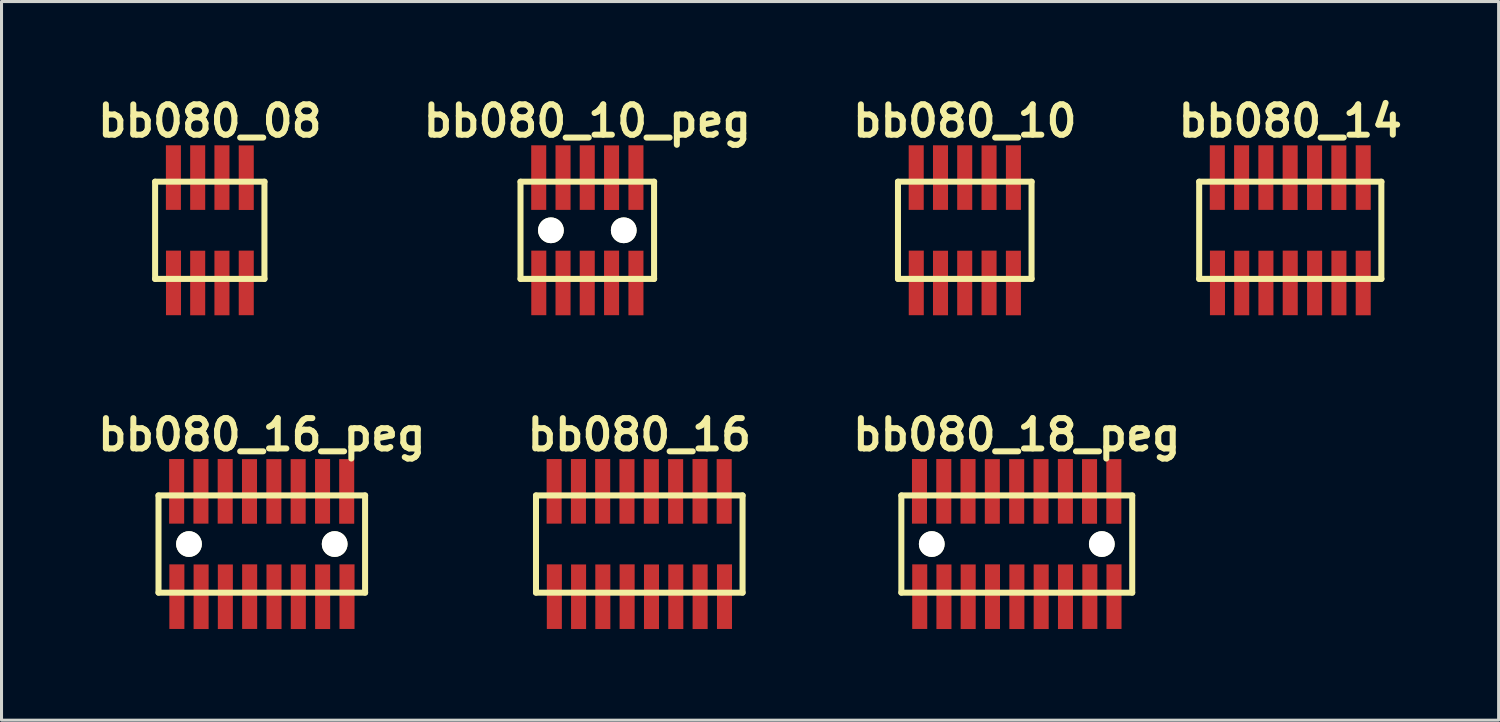
<source format=kicad_pcb>
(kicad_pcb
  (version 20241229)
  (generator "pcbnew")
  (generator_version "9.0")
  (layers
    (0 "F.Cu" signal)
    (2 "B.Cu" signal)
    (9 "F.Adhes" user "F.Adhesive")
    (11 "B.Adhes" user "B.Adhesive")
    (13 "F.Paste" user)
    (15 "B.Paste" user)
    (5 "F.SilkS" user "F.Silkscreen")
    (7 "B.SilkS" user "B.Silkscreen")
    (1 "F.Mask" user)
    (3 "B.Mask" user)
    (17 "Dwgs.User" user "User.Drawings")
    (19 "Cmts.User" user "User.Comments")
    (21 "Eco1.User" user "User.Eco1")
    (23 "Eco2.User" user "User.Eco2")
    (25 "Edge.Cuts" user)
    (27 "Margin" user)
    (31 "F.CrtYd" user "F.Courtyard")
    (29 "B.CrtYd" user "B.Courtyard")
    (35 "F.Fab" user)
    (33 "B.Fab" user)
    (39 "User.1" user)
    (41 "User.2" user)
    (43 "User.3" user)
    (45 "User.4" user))
  (footprint "bb080_08"
    (layer "F.Cu")
    (at 3.857 4.531)
    (property "Reference" "bb080_08" (at 0 -3.599 0) (layer "F.SilkS") (effects (font (size 0.998 0.998) (thickness 0.198))))
    (attr smd)
    (fp_line (start -1.801 -1.6) (end -1.801 1.6) (stroke (width 0.198) (type solid)) (layer "F.SilkS"))
    (fp_line (start -1.801 -1.6) (end 1.801 -1.6) (stroke (width 0.198) (type solid)) (layer "F.SilkS"))
    (fp_line (start -1.801 1.6) (end 1.801 1.6) (stroke (width 0.198) (type solid)) (layer "F.SilkS"))
    (fp_line (start 1.798 1.6) (end 1.798 -1.6) (stroke (width 0.198) (type solid)) (layer "F.SilkS"))
    (pad "1" smd rect (at -1.196 1.732) (size 0.495 2.126) (layers "F.Cu" "F.Mask" "F.Paste"))
    (pad "2" smd rect (at -1.199 -1.735) (size 0.495 2.126) (layers "F.Cu" "F.Mask" "F.Paste"))
    (pad "3" smd rect (at -0.399 1.735) (size 0.495 2.126) (layers "F.Cu" "F.Mask" "F.Paste"))
    (pad "4" smd rect (at -0.399 -1.735) (size 0.495 2.126) (layers "F.Cu" "F.Mask" "F.Paste"))
    (pad "5" smd rect (at 0.399 1.735) (size 0.495 2.126) (layers "F.Cu" "F.Mask" "F.Paste"))
    (pad "6" smd rect (at 0.399 -1.735) (size 0.495 2.126) (layers "F.Cu" "F.Mask" "F.Paste"))
    (pad "7" smd rect (at 1.199 1.732) (size 0.495 2.126) (layers "F.Cu" "F.Mask" "F.Paste"))
    (pad "8" smd rect (at 1.199 -1.732) (size 0.495 2.126) (layers "F.Cu" "F.Mask" "F.Paste")))
  (footprint "bb080_14"
    (layer "F.Cu")
    (at 39.425 4.531)
    (property "Reference" "bb080_14" (at 0 -3.599 0) (layer "F.SilkS") (effects (font (size 0.998 0.998) (thickness 0.198))))
    (attr smd)
    (fp_line (start -3 -1.6) (end -3 1.6) (stroke (width 0.198) (type solid)) (layer "F.SilkS"))
    (fp_line (start -3 1.6) (end 3 1.6) (stroke (width 0.198) (type solid)) (layer "F.SilkS"))
    (fp_line (start 2.997 1.6) (end 2.997 -1.6) (stroke (width 0.198) (type solid)) (layer "F.SilkS"))
    (fp_line (start 3 -1.6) (end -3 -1.6) (stroke (width 0.198) (type solid)) (layer "F.SilkS"))
    (pad "1" smd rect (at -2.398 1.732) (size 0.495 2.126) (layers "F.Cu" "F.Mask" "F.Paste"))
    (pad "2" smd rect (at -2.403 -1.735) (size 0.495 2.126) (layers "F.Cu" "F.Mask" "F.Paste"))
    (pad "3" smd rect (at -1.6 1.735) (size 0.495 2.126) (layers "F.Cu" "F.Mask" "F.Paste"))
    (pad "4" smd rect (at -1.603 -1.735) (size 0.495 2.126) (layers "F.Cu" "F.Mask" "F.Paste"))
    (pad "5" smd rect (at -0.803 1.735) (size 0.495 2.126) (layers "F.Cu" "F.Mask" "F.Paste"))
    (pad "6" smd rect (at -0.805 -1.735) (size 0.495 2.126) (layers "F.Cu" "F.Mask" "F.Paste"))
    (pad "7" smd rect (at -0.003 1.732) (size 0.495 2.126) (layers "F.Cu" "F.Mask" "F.Paste"))
    (pad "8" smd rect (at -0.005 -1.732) (size 0.495 2.126) (layers "F.Cu" "F.Mask" "F.Paste"))
    (pad "9" smd rect (at 0.8 1.735) (size 0.495 2.126) (layers "F.Cu" "F.Mask" "F.Paste"))
    (pad "10" smd rect (at 0.798 -1.732) (size 0.495 2.126) (layers "F.Cu" "F.Mask" "F.Paste"))
    (pad "11" smd rect (at 1.6 1.735) (size 0.495 2.126) (layers "F.Cu" "F.Mask" "F.Paste"))
    (pad "12" smd rect (at 1.598 -1.732) (size 0.495 2.126) (layers "F.Cu" "F.Mask" "F.Paste"))
    (pad "13" smd rect (at 2.4 1.735) (size 0.495 2.126) (layers "F.Cu" "F.Mask" "F.Paste"))
    (pad "14" smd rect (at 2.4 -1.735) (size 0.495 2.126) (layers "F.Cu" "F.Mask" "F.Paste")))
  (footprint "bb080_18_peg"
    (layer "F.Cu")
    (at 30.421 14.859)
    (property "Reference" "bb080_18_peg" (at 0 -3.599 0) (layer "F.SilkS") (effects (font (size 0.998 0.998) (thickness 0.198))))
    (attr smd)
    (fp_line (start -3.8 -1.6) (end -3.8 1.6) (stroke (width 0.198) (type solid)) (layer "F.SilkS"))
    (fp_line (start -3.8 1.6) (end 3.8 1.6) (stroke (width 0.198) (type solid)) (layer "F.SilkS"))
    (fp_line (start 3.8 -1.6) (end -3.8 -1.6) (stroke (width 0.198) (type solid)) (layer "F.SilkS"))
    (fp_line (start 3.8 1.6) (end 3.8 -1.6) (stroke (width 0.198) (type solid)) (layer "F.SilkS"))
    (pad "" np_thru_hole circle (at -2.799 0) (size 0.848 0.848) (drill 0.848) (layers "*.Cu" "*.Mask" "F.SilkS"))
    (pad "" np_thru_hole circle (at 2.799 0) (size 0.848 0.848) (drill 0.848) (layers "*.Cu" "*.Mask" "F.SilkS"))
    (pad "1" smd rect (at -3.195 1.732) (size 0.495 2.126) (layers "F.Cu" "F.Mask" "F.Paste"))
    (pad "2" smd rect (at -3.203 -1.735) (size 0.495 2.126) (layers "F.Cu" "F.Mask" "F.Paste"))
    (pad "3" smd rect (at -2.398 1.735) (size 0.495 2.126) (layers "F.Cu" "F.Mask" "F.Paste"))
    (pad "4" smd rect (at -2.403 -1.735) (size 0.495 2.126) (layers "F.Cu" "F.Mask" "F.Paste"))
    (pad "5" smd rect (at -1.6 1.735) (size 0.495 2.126) (layers "F.Cu" "F.Mask" "F.Paste"))
    (pad "6" smd rect (at -1.605 -1.735) (size 0.495 2.126) (layers "F.Cu" "F.Mask" "F.Paste"))
    (pad "7" smd rect (at -0.8 1.732) (size 0.495 2.126) (layers "F.Cu" "F.Mask" "F.Paste"))
    (pad "8" smd rect (at -0.805 -1.732) (size 0.495 2.126) (layers "F.Cu" "F.Mask" "F.Paste"))
    (pad "9" smd rect (at 0.003 1.735) (size 0.495 2.126) (layers "F.Cu" "F.Mask" "F.Paste"))
    (pad "10" smd rect (at -0.003 -1.732) (size 0.495 2.126) (layers "F.Cu" "F.Mask" "F.Paste"))
    (pad "11" smd rect (at 0.803 1.735) (size 0.495 2.126) (layers "F.Cu" "F.Mask" "F.Paste"))
    (pad "12" smd rect (at 0.798 -1.732) (size 0.495 2.126) (layers "F.Cu" "F.Mask" "F.Paste"))
    (pad "13" smd rect (at 1.603 1.735) (size 0.495 2.126) (layers "F.Cu" "F.Mask" "F.Paste"))
    (pad "14" smd rect (at 1.6 -1.735) (size 0.495 2.126) (layers "F.Cu" "F.Mask" "F.Paste"))
    (pad "15" smd rect (at 2.405 1.732) (size 0.495 2.126) (layers "F.Cu" "F.Mask" "F.Paste"))
    (pad "16" smd rect (at 2.395 -1.732) (size 0.495 2.126) (layers "F.Cu" "F.Mask" "F.Paste"))
    (pad "17" smd rect (at 3.2 1.732) (size 0.495 2.126) (layers "F.Cu" "F.Mask" "F.Paste"))
    (pad "18" smd rect (at 3.195 -1.732) (size 0.495 2.126) (layers "F.Cu" "F.Mask" "F.Paste")))
  (footprint "bb080_16_peg"
    (layer "F.Cu")
    (at 5.569 14.859)
    (property "Reference" "bb080_16_peg" (at 0 -3.599 0) (layer "F.SilkS") (effects (font (size 0.998 0.998) (thickness 0.198))))
    (attr smd)
    (fp_line (start -3.401 -1.6) (end -3.401 1.6) (stroke (width 0.198) (type solid)) (layer "F.SilkS"))
    (fp_line (start -3.401 1.6) (end 3.401 1.6) (stroke (width 0.198) (type solid)) (layer "F.SilkS"))
    (fp_line (start 3.399 1.6) (end 3.399 -1.6) (stroke (width 0.198) (type solid)) (layer "F.SilkS"))
    (fp_line (start 3.401 -1.6) (end -3.401 -1.6) (stroke (width 0.198) (type solid)) (layer "F.SilkS"))
    (pad "" np_thru_hole circle (at -2.398 0) (size 0.848 0.848) (drill 0.848) (layers "*.Cu" "*.Mask" "F.SilkS"))
    (pad "" np_thru_hole circle (at 2.398 0) (size 0.848 0.848) (drill 0.848) (layers "*.Cu" "*.Mask" "F.SilkS"))
    (pad "1" smd rect (at -2.797 1.732) (size 0.495 2.126) (layers "F.Cu" "F.Mask" "F.Paste"))
    (pad "2" smd rect (at -2.804 -1.735) (size 0.495 2.126) (layers "F.Cu" "F.Mask" "F.Paste"))
    (pad "3" smd rect (at -1.999 1.735) (size 0.495 2.126) (layers "F.Cu" "F.Mask" "F.Paste"))
    (pad "4" smd rect (at -2.004 -1.735) (size 0.495 2.126) (layers "F.Cu" "F.Mask" "F.Paste"))
    (pad "5" smd rect (at -1.201 1.735) (size 0.495 2.126) (layers "F.Cu" "F.Mask" "F.Paste"))
    (pad "6" smd rect (at -1.206 -1.735) (size 0.495 2.126) (layers "F.Cu" "F.Mask" "F.Paste"))
    (pad "7" smd rect (at -0.401 1.732) (size 0.495 2.126) (layers "F.Cu" "F.Mask" "F.Paste"))
    (pad "8" smd rect (at -0.406 -1.732) (size 0.495 2.126) (layers "F.Cu" "F.Mask" "F.Paste"))
    (pad "9" smd rect (at 0.401 1.735) (size 0.495 2.126) (layers "F.Cu" "F.Mask" "F.Paste"))
    (pad "10" smd rect (at 0.396 -1.732) (size 0.495 2.126) (layers "F.Cu" "F.Mask" "F.Paste"))
    (pad "11" smd rect (at 1.201 1.735) (size 0.495 2.126) (layers "F.Cu" "F.Mask" "F.Paste"))
    (pad "12" smd rect (at 1.196 -1.732) (size 0.495 2.126) (layers "F.Cu" "F.Mask" "F.Paste"))
    (pad "13" smd rect (at 2.002 1.735) (size 0.495 2.126) (layers "F.Cu" "F.Mask" "F.Paste"))
    (pad "14" smd rect (at 1.999 -1.735) (size 0.495 2.126) (layers "F.Cu" "F.Mask" "F.Paste"))
    (pad "15" smd rect (at 2.804 1.732) (size 0.495 2.126) (layers "F.Cu" "F.Mask" "F.Paste"))
    (pad "16" smd rect (at 2.794 -1.732) (size 0.495 2.126) (layers "F.Cu" "F.Mask" "F.Paste")))
  (footprint "bb080_10_peg"
    (layer "F.Cu")
    (at 16.284 4.531)
    (property "Reference" "bb080_10_peg" (at 0 -3.599 0) (layer "F.SilkS") (effects (font (size 0.998 0.998) (thickness 0.198))))
    (attr smd)
    (fp_line (start -2.2 -1.6) (end -2.2 1.6) (stroke (width 0.198) (type solid)) (layer "F.SilkS"))
    (fp_line (start -2.2 -1.6) (end 2.2 -1.6) (stroke (width 0.198) (type solid)) (layer "F.SilkS"))
    (fp_line (start 2.197 1.6) (end 2.197 -1.6) (stroke (width 0.198) (type solid)) (layer "F.SilkS"))
    (fp_line (start 2.2 1.6) (end -2.2 1.6) (stroke (width 0.198) (type solid)) (layer "F.SilkS"))
    (pad "" np_thru_hole circle (at -1.199 0) (size 0.848 0.848) (drill 0.848) (layers "*.Cu" "*.Mask" "F.SilkS"))
    (pad "" np_thru_hole circle (at 1.199 0) (size 0.848 0.848) (drill 0.848) (layers "*.Cu" "*.Mask" "F.SilkS"))
    (pad "1" smd rect (at -1.598 1.732) (size 0.495 2.126) (layers "F.Cu" "F.Mask" "F.Paste"))
    (pad "2" smd rect (at -1.6 -1.735) (size 0.495 2.126) (layers "F.Cu" "F.Mask" "F.Paste"))
    (pad "3" smd rect (at -0.8 1.735) (size 0.495 2.126) (layers "F.Cu" "F.Mask" "F.Paste"))
    (pad "4" smd rect (at -0.8 -1.735) (size 0.495 2.126) (layers "F.Cu" "F.Mask" "F.Paste"))
    (pad "5" smd rect (at -0.003 1.735) (size 0.495 2.126) (layers "F.Cu" "F.Mask" "F.Paste"))
    (pad "6" smd rect (at -0.003 -1.735) (size 0.495 2.126) (layers "F.Cu" "F.Mask" "F.Paste"))
    (pad "7" smd rect (at 0.798 1.732) (size 0.495 2.126) (layers "F.Cu" "F.Mask" "F.Paste"))
    (pad "8" smd rect (at 0.798 -1.732) (size 0.495 2.126) (layers "F.Cu" "F.Mask" "F.Paste"))
    (pad "9" smd rect (at 1.6 1.735) (size 0.495 2.126) (layers "F.Cu" "F.Mask" "F.Paste"))
    (pad "10" smd rect (at 1.6 -1.735) (size 0.495 2.126) (layers "F.Cu" "F.Mask" "F.Paste")))
  (footprint "bb080_16"
    (layer "F.Cu")
    (at 17.995 14.859)
    (property "Reference" "bb080_16" (at 0 -3.599 0) (layer "F.SilkS") (effects (font (size 0.998 0.998) (thickness 0.198))))
    (attr smd)
    (fp_line (start -3.401 -1.6) (end -3.401 1.6) (stroke (width 0.198) (type solid)) (layer "F.SilkS"))
    (fp_line (start -3.401 1.6) (end 3.401 1.6) (stroke (width 0.198) (type solid)) (layer "F.SilkS"))
    (fp_line (start 3.399 1.6) (end 3.399 -1.6) (stroke (width 0.198) (type solid)) (layer "F.SilkS"))
    (fp_line (start 3.401 -1.6) (end -3.401 -1.6) (stroke (width 0.198) (type solid)) (layer "F.SilkS"))
    (pad "1" smd rect (at -2.797 1.732) (size 0.495 2.126) (layers "F.Cu" "F.Mask" "F.Paste"))
    (pad "2" smd rect (at -2.804 -1.735) (size 0.495 2.126) (layers "F.Cu" "F.Mask" "F.Paste"))
    (pad "3" smd rect (at -1.999 1.735) (size 0.495 2.126) (layers "F.Cu" "F.Mask" "F.Paste"))
    (pad "4" smd rect (at -2.004 -1.735) (size 0.495 2.126) (layers "F.Cu" "F.Mask" "F.Paste"))
    (pad "5" smd rect (at -1.201 1.735) (size 0.495 2.126) (layers "F.Cu" "F.Mask" "F.Paste"))
    (pad "6" smd rect (at -1.206 -1.735) (size 0.495 2.126) (layers "F.Cu" "F.Mask" "F.Paste"))
    (pad "7" smd rect (at -0.401 1.732) (size 0.495 2.126) (layers "F.Cu" "F.Mask" "F.Paste"))
    (pad "8" smd rect (at -0.406 -1.732) (size 0.495 2.126) (layers "F.Cu" "F.Mask" "F.Paste"))
    (pad "9" smd rect (at 0.401 1.735) (size 0.495 2.126) (layers "F.Cu" "F.Mask" "F.Paste"))
    (pad "10" smd rect (at 0.396 -1.732) (size 0.495 2.126) (layers "F.Cu" "F.Mask" "F.Paste"))
    (pad "11" smd rect (at 1.201 1.735) (size 0.495 2.126) (layers "F.Cu" "F.Mask" "F.Paste"))
    (pad "12" smd rect (at 1.196 -1.732) (size 0.495 2.126) (layers "F.Cu" "F.Mask" "F.Paste"))
    (pad "13" smd rect (at 2.002 1.735) (size 0.495 2.126) (layers "F.Cu" "F.Mask" "F.Paste"))
    (pad "14" smd rect (at 1.999 -1.735) (size 0.495 2.126) (layers "F.Cu" "F.Mask" "F.Paste"))
    (pad "15" smd rect (at 2.804 1.732) (size 0.495 2.126) (layers "F.Cu" "F.Mask" "F.Paste"))
    (pad "16" smd rect (at 2.794 -1.732) (size 0.495 2.126) (layers "F.Cu" "F.Mask" "F.Paste")))
  (footprint "bb080_10"
    (layer "F.Cu")
    (at 28.71 4.531)
    (property "Reference" "bb080_10" (at 0 -3.599 0) (layer "F.SilkS") (effects (font (size 0.998 0.998) (thickness 0.198))))
    (attr smd)
    (fp_line (start -2.2 -1.6) (end -2.2 1.6) (stroke (width 0.198) (type solid)) (layer "F.SilkS"))
    (fp_line (start -2.2 -1.6) (end 2.2 -1.6) (stroke (width 0.198) (type solid)) (layer "F.SilkS"))
    (fp_line (start 2.197 1.6) (end 2.197 -1.6) (stroke (width 0.198) (type solid)) (layer "F.SilkS"))
    (fp_line (start 2.2 1.6) (end -2.2 1.6) (stroke (width 0.198) (type solid)) (layer "F.SilkS"))
    (pad "1" smd rect (at -1.598 1.732) (size 0.495 2.126) (layers "F.Cu" "F.Mask" "F.Paste"))
    (pad "2" smd rect (at -1.6 -1.735) (size 0.495 2.126) (layers "F.Cu" "F.Mask" "F.Paste"))
    (pad "3" smd rect (at -0.8 1.735) (size 0.495 2.126) (layers "F.Cu" "F.Mask" "F.Paste"))
    (pad "4" smd rect (at -0.8 -1.735) (size 0.495 2.126) (layers "F.Cu" "F.Mask" "F.Paste"))
    (pad "5" smd rect (at -0.003 1.735) (size 0.495 2.126) (layers "F.Cu" "F.Mask" "F.Paste"))
    (pad "6" smd rect (at -0.003 -1.735) (size 0.495 2.126) (layers "F.Cu" "F.Mask" "F.Paste"))
    (pad "7" smd rect (at 0.798 1.732) (size 0.495 2.126) (layers "F.Cu" "F.Mask" "F.Paste"))
    (pad "8" smd rect (at 0.798 -1.732) (size 0.495 2.126) (layers "F.Cu" "F.Mask" "F.Paste"))
    (pad "9" smd rect (at 1.6 1.735) (size 0.495 2.126) (layers "F.Cu" "F.Mask" "F.Paste"))
    (pad "10" smd rect (at 1.6 -1.735) (size 0.495 2.126) (layers "F.Cu" "F.Mask" "F.Paste")))
  (gr_rect
    (start -3 -3)
    (end 46.282 20.657)
    (stroke (width 0.1) (type default))
    (fill no)
    (layer "Edge.Cuts")))
</source>
